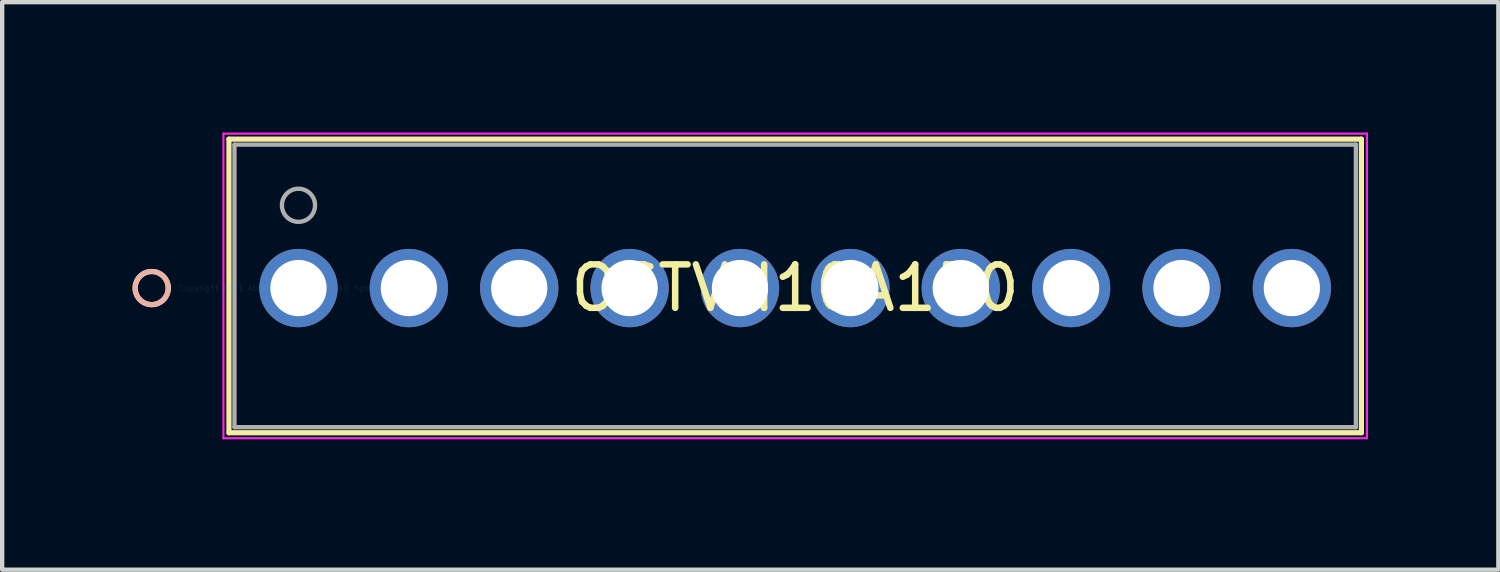
<source format=kicad_pcb>
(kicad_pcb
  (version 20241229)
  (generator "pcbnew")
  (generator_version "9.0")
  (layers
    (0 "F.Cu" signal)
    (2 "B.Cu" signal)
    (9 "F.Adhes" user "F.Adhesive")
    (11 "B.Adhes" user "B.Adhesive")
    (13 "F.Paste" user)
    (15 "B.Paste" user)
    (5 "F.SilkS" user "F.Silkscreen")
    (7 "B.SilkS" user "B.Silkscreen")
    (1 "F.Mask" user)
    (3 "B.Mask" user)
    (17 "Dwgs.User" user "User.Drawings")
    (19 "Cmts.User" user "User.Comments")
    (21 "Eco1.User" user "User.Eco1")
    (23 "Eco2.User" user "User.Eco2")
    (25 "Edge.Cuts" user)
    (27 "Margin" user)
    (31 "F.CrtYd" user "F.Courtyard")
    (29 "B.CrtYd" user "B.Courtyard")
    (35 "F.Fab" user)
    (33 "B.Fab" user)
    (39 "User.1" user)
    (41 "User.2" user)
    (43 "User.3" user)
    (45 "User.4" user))
  (footprint "OSTVN10A150"
    (layer "F.Cu")
    (at 3.819 3.579)
    (property "Reference" "OSTVN10A150" (at 11.43 0 0) (layer "F.SilkS") (effects (font (size 1 1) (thickness 0.15))))
    (attr through_hole)
    (fp_line (start -1.6 -3.427) (end -1.6 3.329) (stroke (width 0.12) (type solid)) (layer "F.SilkS"))
    (fp_line (start -1.6 3.329) (end 24.46 3.329) (stroke (width 0.12) (type solid)) (layer "F.SilkS"))
    (fp_line (start 24.46 -3.427) (end -1.6 -3.427) (stroke (width 0.12) (type solid)) (layer "F.SilkS"))
    (fp_line (start 24.46 3.329) (end 24.46 -3.427) (stroke (width 0.12) (type solid)) (layer "F.SilkS"))
    (fp_circle (center -3.378 0) (end -2.997 0) (stroke (width 0.12) (type solid)) (fill no) (layer "F.SilkS"))
    (fp_circle (center -3.378 0) (end -2.997 0) (stroke (width 0.12) (type solid)) (fill no) (layer "B.SilkS"))
    (fp_line (start -1.727 -3.554) (end -1.727 3.456) (stroke (width 0.05) (type solid)) (layer "F.CrtYd"))
    (fp_line (start -1.727 3.456) (end 24.587 3.456) (stroke (width 0.05) (type solid)) (layer "F.CrtYd"))
    (fp_line (start 24.587 -3.554) (end -1.727 -3.554) (stroke (width 0.05) (type solid)) (layer "F.CrtYd"))
    (fp_line (start 24.587 3.456) (end 24.587 -3.554) (stroke (width 0.05) (type solid)) (layer "F.CrtYd"))
    (fp_line (start -1.473 -3.3) (end -1.473 3.202) (stroke (width 0.1) (type solid)) (layer "F.Fab"))
    (fp_line (start -1.473 3.202) (end 24.333 3.202) (stroke (width 0.1) (type solid)) (layer "F.Fab"))
    (fp_line (start 24.333 -3.3) (end -1.473 -3.3) (stroke (width 0.1) (type solid)) (layer "F.Fab"))
    (fp_line (start 24.333 3.202) (end 24.333 -3.3) (stroke (width 0.1) (type solid)) (layer "F.Fab"))
    (fp_circle (center 0 -1.905) (end 0.381 -1.905) (stroke (width 0.1) (type solid)) (fill no) (layer "F.Fab"))
    (fp_text user "*" (at 0 0 0) (layer "F.SilkS") (effects (font (size 1 1) (thickness 0.15))))
    (fp_text user "Copyright 2021 Accelerated Designs. All rights reserved." (at 0 0 0) (layer "Cmts.User") (effects (font (size 0.127 0.127) (thickness 0.002))))
    (fp_text user "*" (at 0 0 0) (layer "F.Fab") (effects (font (size 1 1) (thickness 0.15))))
    (pad "1" thru_hole circle (at 0 0) (size 1.803 1.803) (drill 1.295) (layers "*.Cu" "*.Mask"))
    (pad "2" thru_hole circle (at 2.54 0) (size 1.803 1.803) (drill 1.295) (layers "*.Cu" "*.Mask"))
    (pad "3" thru_hole circle (at 5.08 0) (size 1.803 1.803) (drill 1.295) (layers "*.Cu" "*.Mask"))
    (pad "4" thru_hole circle (at 7.62 0) (size 1.803 1.803) (drill 1.295) (layers "*.Cu" "*.Mask"))
    (pad "5" thru_hole circle (at 10.16 0) (size 1.803 1.803) (drill 1.295) (layers "*.Cu" "*.Mask"))
    (pad "6" thru_hole circle (at 12.7 0) (size 1.803 1.803) (drill 1.295) (layers "*.Cu" "*.Mask"))
    (pad "7" thru_hole circle (at 15.24 0) (size 1.803 1.803) (drill 1.295) (layers "*.Cu" "*.Mask"))
    (pad "8" thru_hole circle (at 17.78 0) (size 1.803 1.803) (drill 1.295) (layers "*.Cu" "*.Mask"))
    (pad "9" thru_hole circle (at 20.32 0) (size 1.803 1.803) (drill 1.295) (layers "*.Cu" "*.Mask"))
    (pad "10" thru_hole circle (at 22.86 0) (size 1.803 1.803) (drill 1.295) (layers "*.Cu" "*.Mask")))
  (gr_rect
    (start -3 -3)
    (end 31.431 10.06)
    (stroke (width 0.1) (type default))
    (fill no)
    (layer "Edge.Cuts")))
</source>
